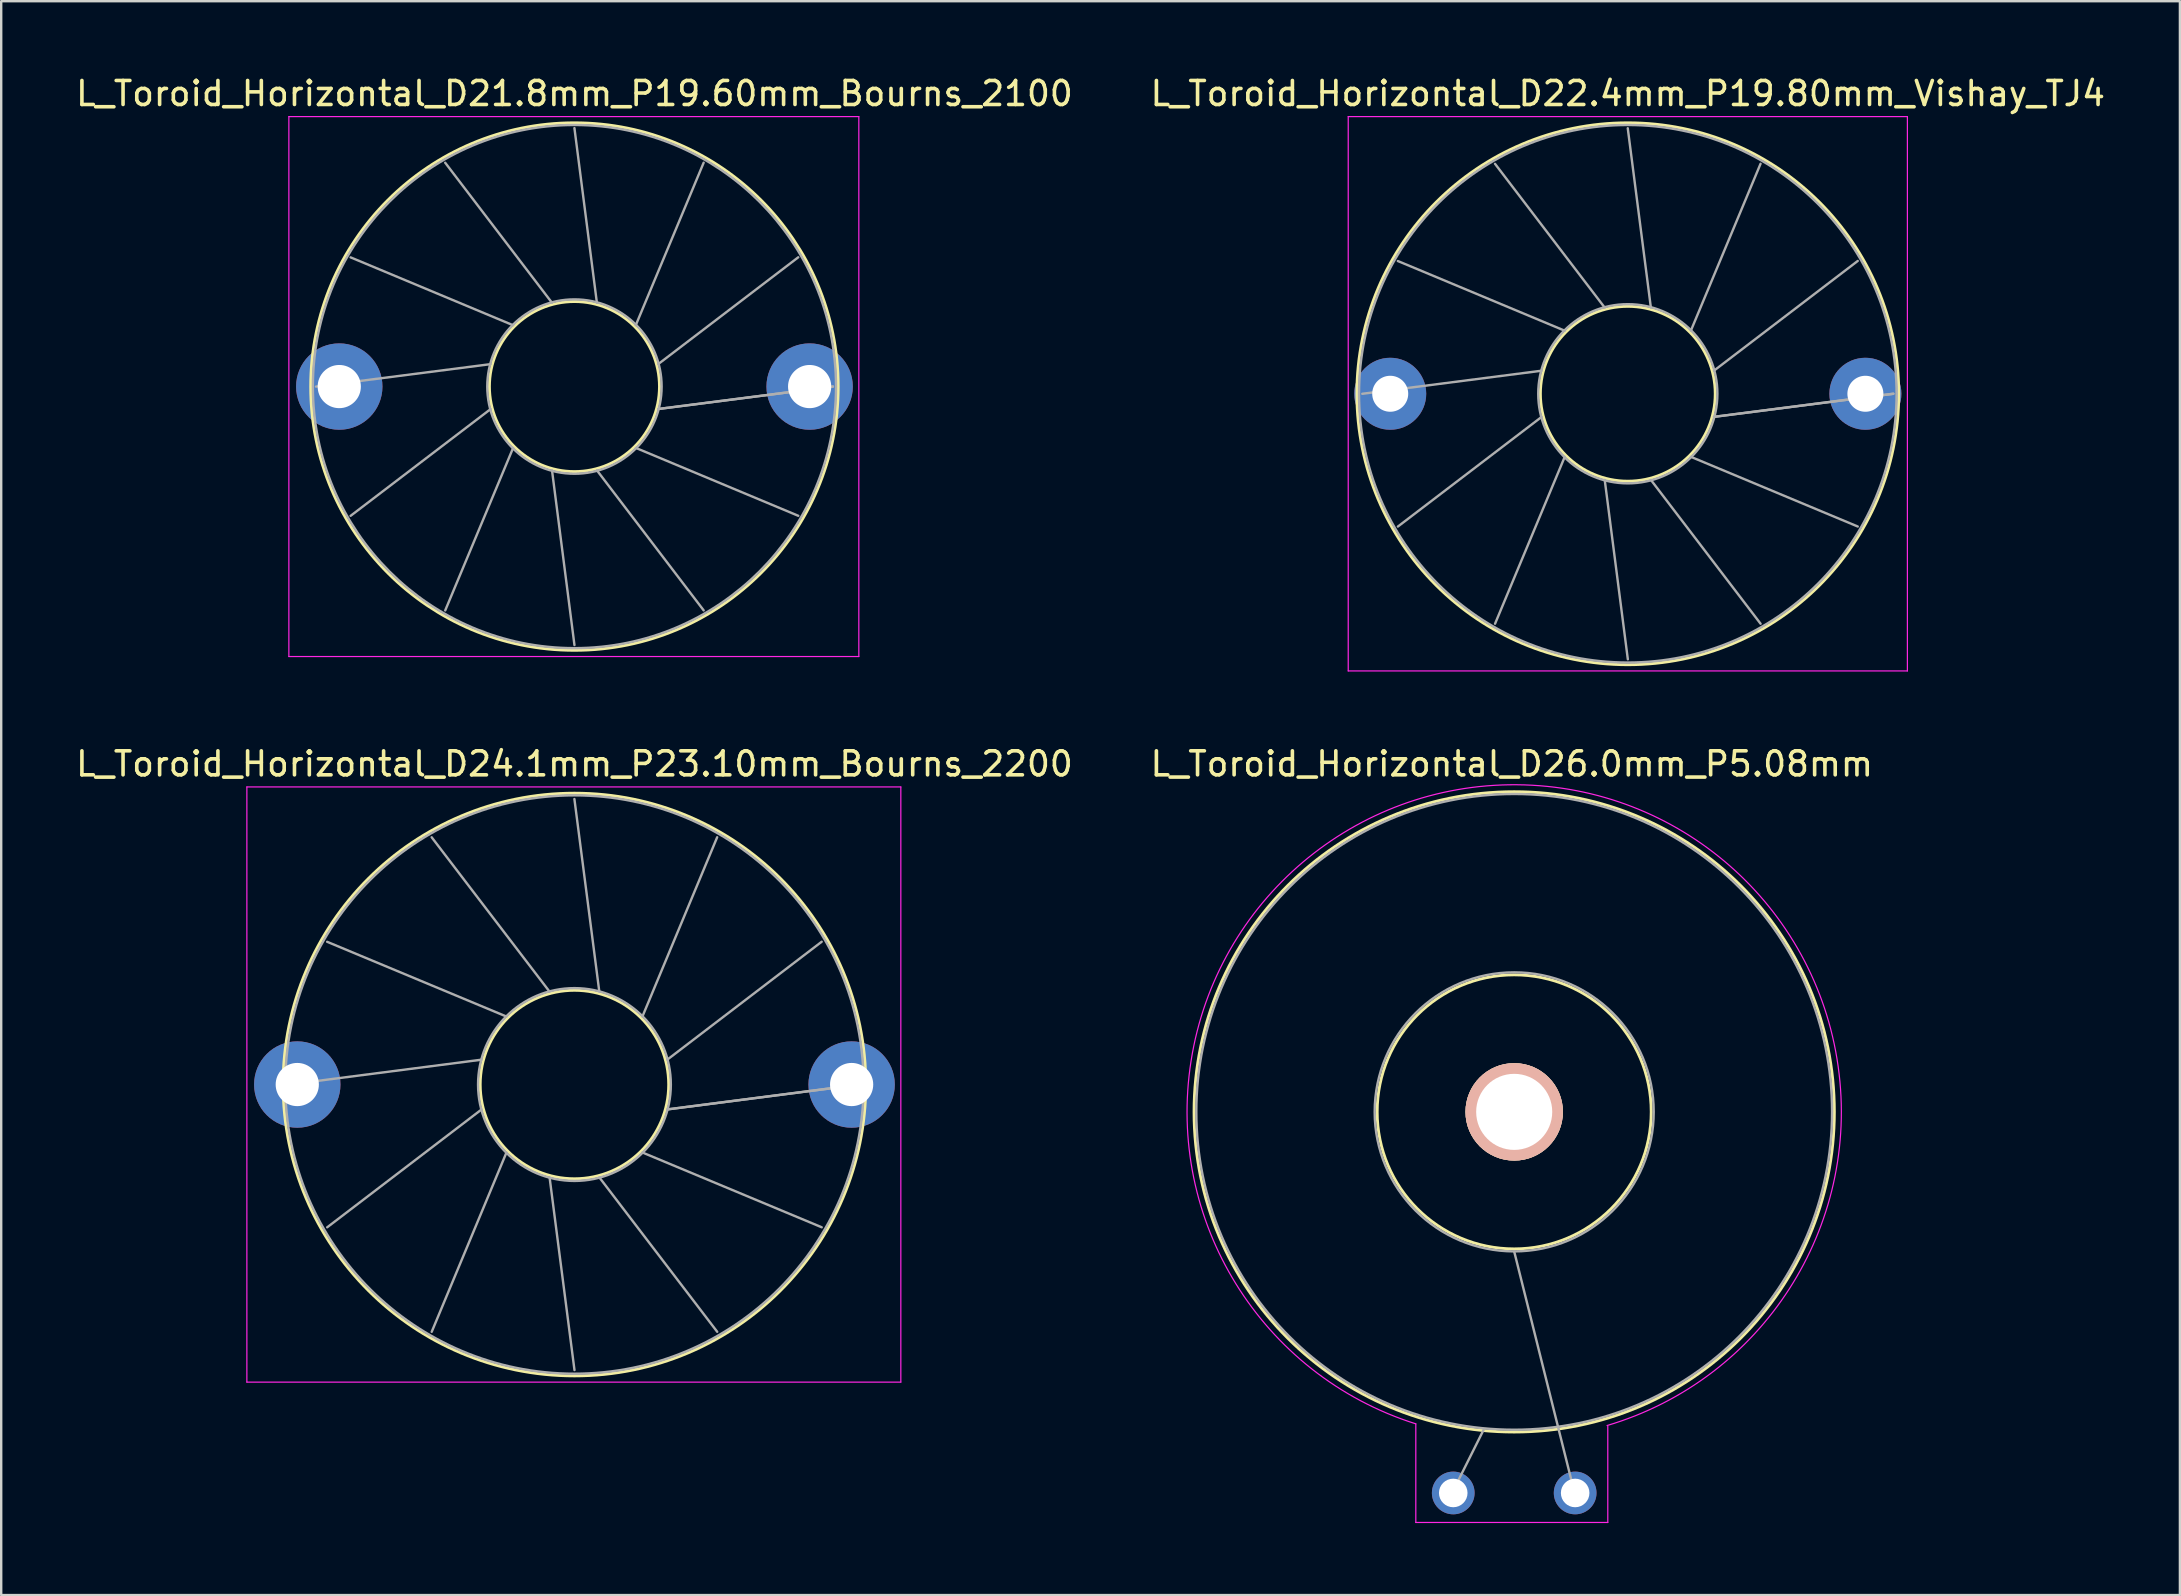
<source format=kicad_pcb>
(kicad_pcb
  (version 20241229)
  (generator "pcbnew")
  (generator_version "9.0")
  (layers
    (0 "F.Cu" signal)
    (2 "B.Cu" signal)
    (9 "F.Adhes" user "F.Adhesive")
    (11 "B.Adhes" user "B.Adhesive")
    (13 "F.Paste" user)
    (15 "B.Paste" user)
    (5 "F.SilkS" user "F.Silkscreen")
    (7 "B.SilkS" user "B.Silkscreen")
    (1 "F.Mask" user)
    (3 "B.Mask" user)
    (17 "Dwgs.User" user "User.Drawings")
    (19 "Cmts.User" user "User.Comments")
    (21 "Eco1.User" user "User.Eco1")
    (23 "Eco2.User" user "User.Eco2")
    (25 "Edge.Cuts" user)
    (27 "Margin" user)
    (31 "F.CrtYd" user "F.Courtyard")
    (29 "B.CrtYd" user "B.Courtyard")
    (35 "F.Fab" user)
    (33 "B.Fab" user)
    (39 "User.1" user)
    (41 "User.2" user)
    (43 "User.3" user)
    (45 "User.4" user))
  (footprint "L_Toroid_Horizontal_D21.8mm_P19.60mm_Bourns_2100"
    (layer "F.Cu")
    (at 11.087 13.058)
    (property "Reference" "L_Toroid_Horizontal_D21.8mm_P19.60mm_Bourns_2100" (at 9.8 -12.21 0) (layer "F.SilkS") (effects (font (size 1 1) (thickness 0.15))))
    (attr through_hole)
    (fp_circle (center 9.8 0) (end 13.343 0) (stroke (width 0.12) (type solid)) (fill no) (layer "F.SilkS"))
    (fp_circle (center 9.8 0) (end 20.79 0) (stroke (width 0.12) (type solid)) (fill no) (layer "F.SilkS"))
    (fp_line (start -2.1 -11.25) (end -2.1 11.25) (stroke (width 0.05) (type solid)) (layer "F.CrtYd"))
    (fp_line (start -2.1 11.25) (end 21.65 11.25) (stroke (width 0.05) (type solid)) (layer "F.CrtYd"))
    (fp_line (start 21.65 -11.25) (end -2.1 -11.25) (stroke (width 0.05) (type solid)) (layer "F.CrtYd"))
    (fp_line (start 21.65 11.25) (end 21.65 -11.25) (stroke (width 0.05) (type solid)) (layer "F.CrtYd"))
    (fp_line (start -0.97 0.001) (end 6.309 -0.935) (stroke (width 0.1) (type solid)) (layer "F.Fab"))
    (fp_line (start 0.472 -5.384) (end 7.244 -2.555) (stroke (width 0.1) (type solid)) (layer "F.Fab"))
    (fp_line (start 0.473 5.386) (end 6.309 0.936) (stroke (width 0.1) (type solid)) (layer "F.Fab"))
    (fp_line (start 4.414 -9.327) (end 8.864 -3.491) (stroke (width 0.1) (type solid)) (layer "F.Fab"))
    (fp_line (start 4.415 9.328) (end 7.245 2.556) (stroke (width 0.1) (type solid)) (layer "F.Fab"))
    (fp_line (start 9.799 -10.77) (end 10.735 -3.491) (stroke (width 0.1) (type solid)) (layer "F.Fab"))
    (fp_line (start 9.8 10.77) (end 8.865 3.491) (stroke (width 0.1) (type solid)) (layer "F.Fab"))
    (fp_line (start 15.184 -9.328) (end 12.355 -2.556) (stroke (width 0.1) (type solid)) (layer "F.Fab"))
    (fp_line (start 15.185 9.327) (end 10.736 3.491) (stroke (width 0.1) (type solid)) (layer "F.Fab"))
    (fp_line (start 19.126 -5.387) (end 13.291 -0.936) (stroke (width 0.1) (type solid)) (layer "F.Fab"))
    (fp_line (start 19.127 5.385) (end 12.356 2.556) (stroke (width 0.1) (type solid)) (layer "F.Fab"))
    (fp_line (start 20.57 -0.002) (end 13.291 0.935) (stroke (width 0.1) (type solid)) (layer "F.Fab"))
    (fp_line (start 20.57 0) (end 13.291 0.935) (stroke (width 0.1) (type solid)) (layer "F.Fab"))
    (fp_circle (center 9.8 0) (end 13.433 0) (stroke (width 0.1) (type solid)) (fill no) (layer "F.Fab"))
    (fp_circle (center 9.8 0) (end 20.7 0) (stroke (width 0.1) (type solid)) (fill no) (layer "F.Fab"))
    (pad "1" thru_hole circle (at 0 0) (size 3.6 3.6) (drill 1.8) (layers "*.Cu" "*.Mask"))
    (pad "2" thru_hole circle (at 19.6 0) (size 3.6 3.6) (drill 1.8) (layers "*.Cu" "*.Mask")))
  (footprint "L_Toroid_Horizontal_D22.4mm_P19.80mm_Vishay_TJ4"
    (layer "F.Cu")
    (at 54.88 13.358)
    (property "Reference" "L_Toroid_Horizontal_D22.4mm_P19.80mm_Vishay_TJ4" (at 9.9 -12.51 0) (layer "F.SilkS") (effects (font (size 1 1) (thickness 0.15))))
    (attr through_hole)
    (fp_circle (center 9.9 0) (end 13.543 0) (stroke (width 0.12) (type solid)) (fill no) (layer "F.SilkS"))
    (fp_circle (center 9.9 0) (end 21.19 0) (stroke (width 0.12) (type solid)) (fill no) (layer "F.SilkS"))
    (fp_line (start -1.75 -11.55) (end -1.75 11.55) (stroke (width 0.05) (type solid)) (layer "F.CrtYd"))
    (fp_line (start -1.75 11.55) (end 21.55 11.55) (stroke (width 0.05) (type solid)) (layer "F.CrtYd"))
    (fp_line (start 21.55 -11.55) (end -1.75 -11.55) (stroke (width 0.05) (type solid)) (layer "F.CrtYd"))
    (fp_line (start 21.55 11.55) (end 21.55 -11.55) (stroke (width 0.05) (type solid)) (layer "F.CrtYd"))
    (fp_line (start -1.164 0.001) (end 6.31 -0.961) (stroke (width 0.1) (type solid)) (layer "F.Fab"))
    (fp_line (start 0.318 -5.531) (end 7.272 -2.627) (stroke (width 0.1) (type solid)) (layer "F.Fab"))
    (fp_line (start 0.319 5.533) (end 6.311 0.962) (stroke (width 0.1) (type solid)) (layer "F.Fab"))
    (fp_line (start 4.367 -9.581) (end 8.938 -3.589) (stroke (width 0.1) (type solid)) (layer "F.Fab"))
    (fp_line (start 4.368 9.582) (end 7.272 2.628) (stroke (width 0.1) (type solid)) (layer "F.Fab"))
    (fp_line (start 9.898 -11.064) (end 10.861 -3.59) (stroke (width 0.1) (type solid)) (layer "F.Fab"))
    (fp_line (start 9.901 11.064) (end 8.938 3.59) (stroke (width 0.1) (type solid)) (layer "F.Fab"))
    (fp_line (start 15.431 -9.583) (end 12.527 -2.628) (stroke (width 0.1) (type solid)) (layer "F.Fab"))
    (fp_line (start 15.432 9.582) (end 10.862 3.59) (stroke (width 0.1) (type solid)) (layer "F.Fab"))
    (fp_line (start 19.481 -5.534) (end 13.489 -0.962) (stroke (width 0.1) (type solid)) (layer "F.Fab"))
    (fp_line (start 19.482 5.532) (end 12.528 2.628) (stroke (width 0.1) (type solid)) (layer "F.Fab"))
    (fp_line (start 20.964 -0.002) (end 13.49 0.961) (stroke (width 0.1) (type solid)) (layer "F.Fab"))
    (fp_line (start 20.964 0) (end 13.49 0.962) (stroke (width 0.1) (type solid)) (layer "F.Fab"))
    (fp_circle (center 9.9 0) (end 13.633 0) (stroke (width 0.1) (type solid)) (fill no) (layer "F.Fab"))
    (fp_circle (center 9.9 0) (end 21.1 0) (stroke (width 0.1) (type solid)) (fill no) (layer "F.Fab"))
    (pad "1" thru_hole circle (at 0 0) (size 3 3) (drill 1.5) (layers "*.Cu" "*.Mask"))
    (pad "2" thru_hole circle (at 19.8 0) (size 3 3) (drill 1.5) (layers "*.Cu" "*.Mask")))
  (footprint "L_Toroid_Horizontal_D24.1mm_P23.10mm_Bourns_2200"
    (layer "F.Cu")
    (at 9.337 42.142)
    (property "Reference" "L_Toroid_Horizontal_D24.1mm_P23.10mm_Bourns_2200" (at 11.55 -13.36 0) (layer "F.SilkS") (effects (font (size 1 1) (thickness 0.15))))
    (attr through_hole)
    (fp_circle (center 11.55 0) (end 15.477 0) (stroke (width 0.12) (type solid)) (fill no) (layer "F.SilkS"))
    (fp_circle (center 11.55 0) (end 23.69 0) (stroke (width 0.12) (type solid)) (fill no) (layer "F.SilkS"))
    (fp_line (start -2.1 -12.4) (end -2.1 12.4) (stroke (width 0.05) (type solid)) (layer "F.CrtYd"))
    (fp_line (start -2.1 12.4) (end 25.15 12.4) (stroke (width 0.05) (type solid)) (layer "F.CrtYd"))
    (fp_line (start 25.15 -12.4) (end -2.1 -12.4) (stroke (width 0.05) (type solid)) (layer "F.CrtYd"))
    (fp_line (start 25.15 12.4) (end 25.15 -12.4) (stroke (width 0.05) (type solid)) (layer "F.CrtYd"))
    (fp_line (start -0.347 0.001) (end 7.681 -1.036) (stroke (width 0.1) (type solid)) (layer "F.Fab"))
    (fp_line (start 1.246 -5.947) (end 8.718 -2.832) (stroke (width 0.1) (type solid)) (layer "F.Fab"))
    (fp_line (start 1.247 5.949) (end 7.681 1.037) (stroke (width 0.1) (type solid)) (layer "F.Fab"))
    (fp_line (start 5.6 -10.303) (end 10.513 -3.869) (stroke (width 0.1) (type solid)) (layer "F.Fab"))
    (fp_line (start 5.602 10.304) (end 8.718 2.832) (stroke (width 0.1) (type solid)) (layer "F.Fab"))
    (fp_line (start 11.548 -11.897) (end 12.586 -3.869) (stroke (width 0.1) (type solid)) (layer "F.Fab"))
    (fp_line (start 11.551 11.897) (end 10.514 3.869) (stroke (width 0.1) (type solid)) (layer "F.Fab"))
    (fp_line (start 17.497 -10.304) (end 14.382 -2.833) (stroke (width 0.1) (type solid)) (layer "F.Fab"))
    (fp_line (start 17.499 10.303) (end 12.587 3.869) (stroke (width 0.1) (type solid)) (layer "F.Fab"))
    (fp_line (start 21.852 -5.95) (end 15.419 -1.037) (stroke (width 0.1) (type solid)) (layer "F.Fab"))
    (fp_line (start 21.853 5.948) (end 14.382 2.832) (stroke (width 0.1) (type solid)) (layer "F.Fab"))
    (fp_line (start 23.447 -0.002) (end 15.419 1.036) (stroke (width 0.1) (type solid)) (layer "F.Fab"))
    (fp_line (start 23.447 0) (end 15.419 1.037) (stroke (width 0.1) (type solid)) (layer "F.Fab"))
    (fp_circle (center 11.55 0) (end 15.567 0) (stroke (width 0.1) (type solid)) (fill no) (layer "F.Fab"))
    (fp_circle (center 11.55 0) (end 23.6 0) (stroke (width 0.1) (type solid)) (fill no) (layer "F.Fab"))
    (pad "1" thru_hole circle (at 0 0) (size 3.6 3.6) (drill 1.8) (layers "*.Cu" "*.Mask"))
    (pad "2" thru_hole circle (at 23.1 0) (size 3.6 3.6) (drill 1.8) (layers "*.Cu" "*.Mask")))
  (footprint "L_Toroid_Horizontal_D26.0mm_P5.08mm"
    (layer "F.Cu")
    (at 57.506 59.161)
    (property "Reference" "L_Toroid_Horizontal_D26.0mm_P5.08mm" (at 2.44 -30.38 0) (layer "F.SilkS") (effects (font (size 1 1) (thickness 0.15))))
    (attr through_hole)
    (fp_circle (center 2.54 -15.88) (end -10.8 -15.88) (stroke (width 0.12) (type solid)) (fill no) (layer "F.SilkS"))
    (fp_circle (center 2.54 -15.88) (end 8.25 -15.88) (stroke (width 0.12) (type solid)) (fill no) (layer "F.SilkS"))
    (fp_line (start -1.56 -2.88) (end -1.56 1.23) (stroke (width 0.05) (type solid)) (layer "F.CrtYd"))
    (fp_line (start -1.56 1.23) (end 6.44 1.23) (stroke (width 0.05) (type solid)) (layer "F.CrtYd"))
    (fp_line (start 6.44 1.23) (end 6.44 -2.78) (stroke (width 0.05) (type solid)) (layer "F.CrtYd"))
    (fp_arc (start -1.56 -2.88) (mid 2.660017 -29.510686) (end 6.410454 -2.809821) (stroke (width 0.05) (type solid)) (layer "F.CrtYd"))
    (fp_line (start 0 -0.1) (end 1.27 -2.64) (stroke (width 0.1) (type solid)) (layer "F.Fab"))
    (fp_line (start 5.08 0.1) (end 2.54 -10.06) (stroke (width 0.1) (type solid)) (layer "F.Fab"))
    (fp_circle (center 2.54 -15.88) (end 1.44 -2.68) (stroke (width 0.1) (type solid)) (fill no) (layer "F.Fab"))
    (fp_circle (center 2.54 -15.88) (end 2.34 -10.07) (stroke (width 0.1) (type solid)) (fill no) (layer "F.Fab"))
    (pad "" thru_hole circle (at 2.54 -15.88) (size 4.06 4.06) (drill 3.17) (layers "*.Cu" "*.SilkS" "*.Mask"))
    (pad "1" thru_hole circle (at 0 0) (size 1.78 1.78) (drill 1.19) (layers "*.Cu" "*.Mask"))
    (pad "2" thru_hole circle (at 5.08 0) (size 1.78 1.78) (drill 1.19) (layers "*.Cu" "*.Mask")))
  (gr_rect
    (start -3 -3)
    (end 87.786 63.416)
    (stroke (width 0.1) (type default))
    (fill no)
    (layer "Edge.Cuts")))
</source>
